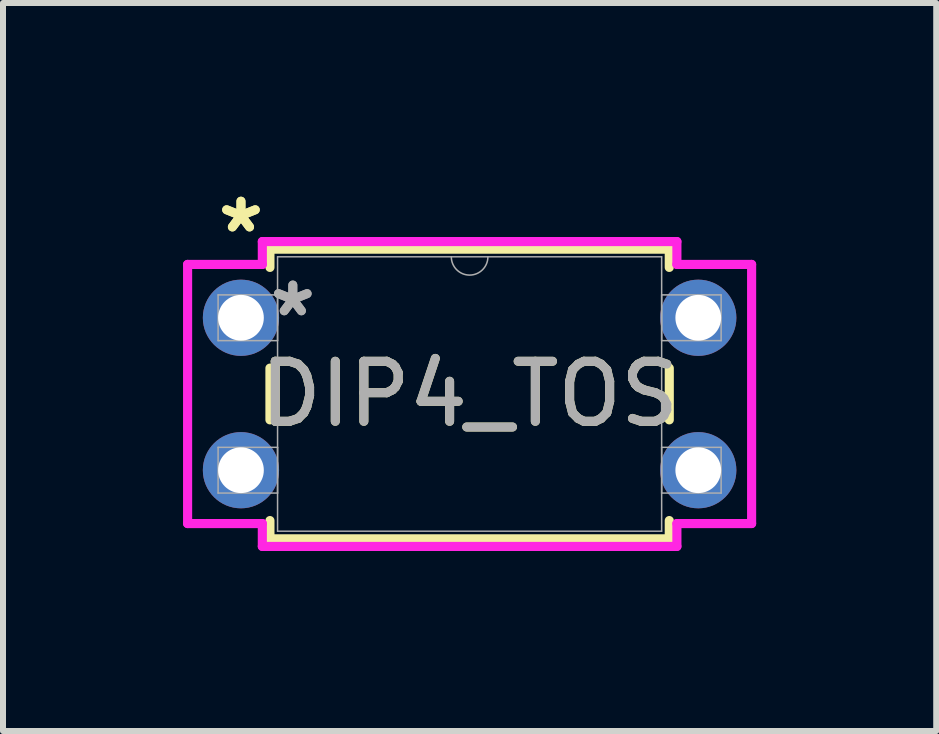
<source format=kicad_pcb>
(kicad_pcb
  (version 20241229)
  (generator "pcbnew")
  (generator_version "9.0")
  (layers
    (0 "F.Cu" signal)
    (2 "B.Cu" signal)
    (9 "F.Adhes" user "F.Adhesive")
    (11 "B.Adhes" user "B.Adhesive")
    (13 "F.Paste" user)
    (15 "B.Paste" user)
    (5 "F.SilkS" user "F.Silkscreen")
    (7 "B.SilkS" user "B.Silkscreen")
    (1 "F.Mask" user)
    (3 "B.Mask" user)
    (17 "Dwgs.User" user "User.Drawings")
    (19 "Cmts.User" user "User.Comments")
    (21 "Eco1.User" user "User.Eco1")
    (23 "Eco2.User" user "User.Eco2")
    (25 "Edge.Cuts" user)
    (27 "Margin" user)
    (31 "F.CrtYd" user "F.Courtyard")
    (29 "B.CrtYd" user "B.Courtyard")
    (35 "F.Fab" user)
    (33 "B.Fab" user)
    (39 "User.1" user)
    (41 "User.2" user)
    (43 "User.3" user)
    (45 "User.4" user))
  (footprint "DIP4_TOS"
    (layer "F.Cu")
    (at 0.965 2.245)
    (property "Reference" "DIP4_TOS" (at 3.81 1.27 0) (unlocked yes) (layer "F.SilkS") (effects (font (size 1 1) (thickness 0.15))))
    (attr through_hole)
    (fp_line (start 0.483 -1.143) (end 0.483 -0.839) (stroke (width 0.152) (type solid)) (layer "F.SilkS"))
    (fp_line (start 0.483 0.839) (end 0.483 1.701) (stroke (width 0.152) (type solid)) (layer "F.SilkS"))
    (fp_line (start 0.483 3.379) (end 0.483 3.683) (stroke (width 0.152) (type solid)) (layer "F.SilkS"))
    (fp_line (start 0.483 3.683) (end 7.137 3.683) (stroke (width 0.152) (type solid)) (layer "F.SilkS"))
    (fp_line (start 7.137 -1.143) (end 0.483 -1.143) (stroke (width 0.152) (type solid)) (layer "F.SilkS"))
    (fp_line (start 7.137 -0.839) (end 7.137 -1.143) (stroke (width 0.152) (type solid)) (layer "F.SilkS"))
    (fp_line (start 7.137 1.701) (end 7.137 0.839) (stroke (width 0.152) (type solid)) (layer "F.SilkS"))
    (fp_line (start 7.137 3.683) (end 7.137 3.379) (stroke (width 0.152) (type solid)) (layer "F.SilkS"))
    (fp_line (start -0.889 -0.889) (end 0.356 -0.889) (stroke (width 0.152) (type solid)) (layer "F.CrtYd"))
    (fp_line (start -0.889 3.429) (end -0.889 -0.889) (stroke (width 0.152) (type solid)) (layer "F.CrtYd"))
    (fp_line (start 0.356 -1.27) (end 7.264 -1.27) (stroke (width 0.152) (type solid)) (layer "F.CrtYd"))
    (fp_line (start 0.356 -0.889) (end 0.356 -1.27) (stroke (width 0.152) (type solid)) (layer "F.CrtYd"))
    (fp_line (start 0.356 3.429) (end -0.889 3.429) (stroke (width 0.152) (type solid)) (layer "F.CrtYd"))
    (fp_line (start 0.356 3.81) (end 0.356 3.429) (stroke (width 0.152) (type solid)) (layer "F.CrtYd"))
    (fp_line (start 7.264 -1.27) (end 7.264 -0.889) (stroke (width 0.152) (type solid)) (layer "F.CrtYd"))
    (fp_line (start 7.264 3.429) (end 7.264 3.81) (stroke (width 0.152) (type solid)) (layer "F.CrtYd"))
    (fp_line (start 7.264 3.81) (end 0.356 3.81) (stroke (width 0.152) (type solid)) (layer "F.CrtYd"))
    (fp_line (start 8.509 -0.889) (end 7.264 -0.889) (stroke (width 0.152) (type solid)) (layer "F.CrtYd"))
    (fp_line (start 8.509 -0.889) (end 8.509 3.429) (stroke (width 0.152) (type solid)) (layer "F.CrtYd"))
    (fp_line (start 8.509 3.429) (end 7.264 3.429) (stroke (width 0.152) (type solid)) (layer "F.CrtYd"))
    (fp_line (start -0.381 -0.381) (end -0.381 0.381) (stroke (width 0.025) (type solid)) (layer "F.Fab"))
    (fp_line (start -0.381 0.381) (end 0.61 0.381) (stroke (width 0.025) (type solid)) (layer "F.Fab"))
    (fp_line (start -0.381 2.159) (end -0.381 2.921) (stroke (width 0.025) (type solid)) (layer "F.Fab"))
    (fp_line (start -0.381 2.921) (end 0.61 2.921) (stroke (width 0.025) (type solid)) (layer "F.Fab"))
    (fp_line (start 0.61 -1.016) (end 0.61 3.556) (stroke (width 0.025) (type solid)) (layer "F.Fab"))
    (fp_line (start 0.61 -0.381) (end -0.381 -0.381) (stroke (width 0.025) (type solid)) (layer "F.Fab"))
    (fp_line (start 0.61 0.381) (end 0.61 -0.381) (stroke (width 0.025) (type solid)) (layer "F.Fab"))
    (fp_line (start 0.61 2.159) (end -0.381 2.159) (stroke (width 0.025) (type solid)) (layer "F.Fab"))
    (fp_line (start 0.61 2.921) (end 0.61 2.159) (stroke (width 0.025) (type solid)) (layer "F.Fab"))
    (fp_line (start 0.61 3.556) (end 7.01 3.556) (stroke (width 0.025) (type solid)) (layer "F.Fab"))
    (fp_line (start 7.01 -1.016) (end 0.61 -1.016) (stroke (width 0.025) (type solid)) (layer "F.Fab"))
    (fp_line (start 7.01 -0.381) (end 7.01 0.381) (stroke (width 0.025) (type solid)) (layer "F.Fab"))
    (fp_line (start 7.01 0.381) (end 8.001 0.381) (stroke (width 0.025) (type solid)) (layer "F.Fab"))
    (fp_line (start 7.01 2.159) (end 7.01 2.921) (stroke (width 0.025) (type solid)) (layer "F.Fab"))
    (fp_line (start 7.01 2.921) (end 8.001 2.921) (stroke (width 0.025) (type solid)) (layer "F.Fab"))
    (fp_line (start 7.01 3.556) (end 7.01 -1.016) (stroke (width 0.025) (type solid)) (layer "F.Fab"))
    (fp_line (start 8.001 -0.381) (end 7.01 -0.381) (stroke (width 0.025) (type solid)) (layer "F.Fab"))
    (fp_line (start 8.001 0.381) (end 8.001 -0.381) (stroke (width 0.025) (type solid)) (layer "F.Fab"))
    (fp_line (start 8.001 2.159) (end 7.01 2.159) (stroke (width 0.025) (type solid)) (layer "F.Fab"))
    (fp_line (start 8.001 2.921) (end 8.001 2.159) (stroke (width 0.025) (type solid)) (layer "F.Fab"))
    (fp_arc (start 4.1148 -1.016) (mid 3.81 -0.7112) (end 3.5052 -1.016) (stroke (width 0.0254) (type solid)) (layer "F.Fab"))
    (fp_text user "*" (at 0 -1.397 0) (layer "F.SilkS") (effects (font (size 1 1) (thickness 0.15))))
    (fp_text user "*" (at 0 -1.397 0) (unlocked yes) (layer "F.SilkS") (effects (font (size 1 1) (thickness 0.15))))
    (fp_text user "${REFERENCE}" (at 3.81 1.27 0) (unlocked yes) (layer "F.Fab") (effects (font (size 1 1) (thickness 0.15))))
    (fp_text user "*" (at 0.864 0 0) (layer "F.Fab") (effects (font (size 1 1) (thickness 0.15))))
    (fp_text user "*" (at 0.864 0 0) (unlocked yes) (layer "F.Fab") (effects (font (size 1 1) (thickness 0.15))))
    (pad "1" thru_hole circle (at 0 0) (size 1.27 1.27) (drill 0.762) (layers "*.Cu" "*.Mask"))
    (pad "2" thru_hole circle (at 0 2.54) (size 1.27 1.27) (drill 0.762) (layers "*.Cu" "*.Mask"))
    (pad "3" thru_hole circle (at 7.62 2.54) (size 1.27 1.27) (drill 0.762) (layers "*.Cu" "*.Mask"))
    (pad "4" thru_hole circle (at 7.62 0) (size 1.27 1.27) (drill 0.762) (layers "*.Cu" "*.Mask")))
  (gr_rect
    (start -3 -3)
    (end 12.55 9.131)
    (stroke (width 0.1) (type default))
    (fill no)
    (layer "Edge.Cuts")))
</source>
